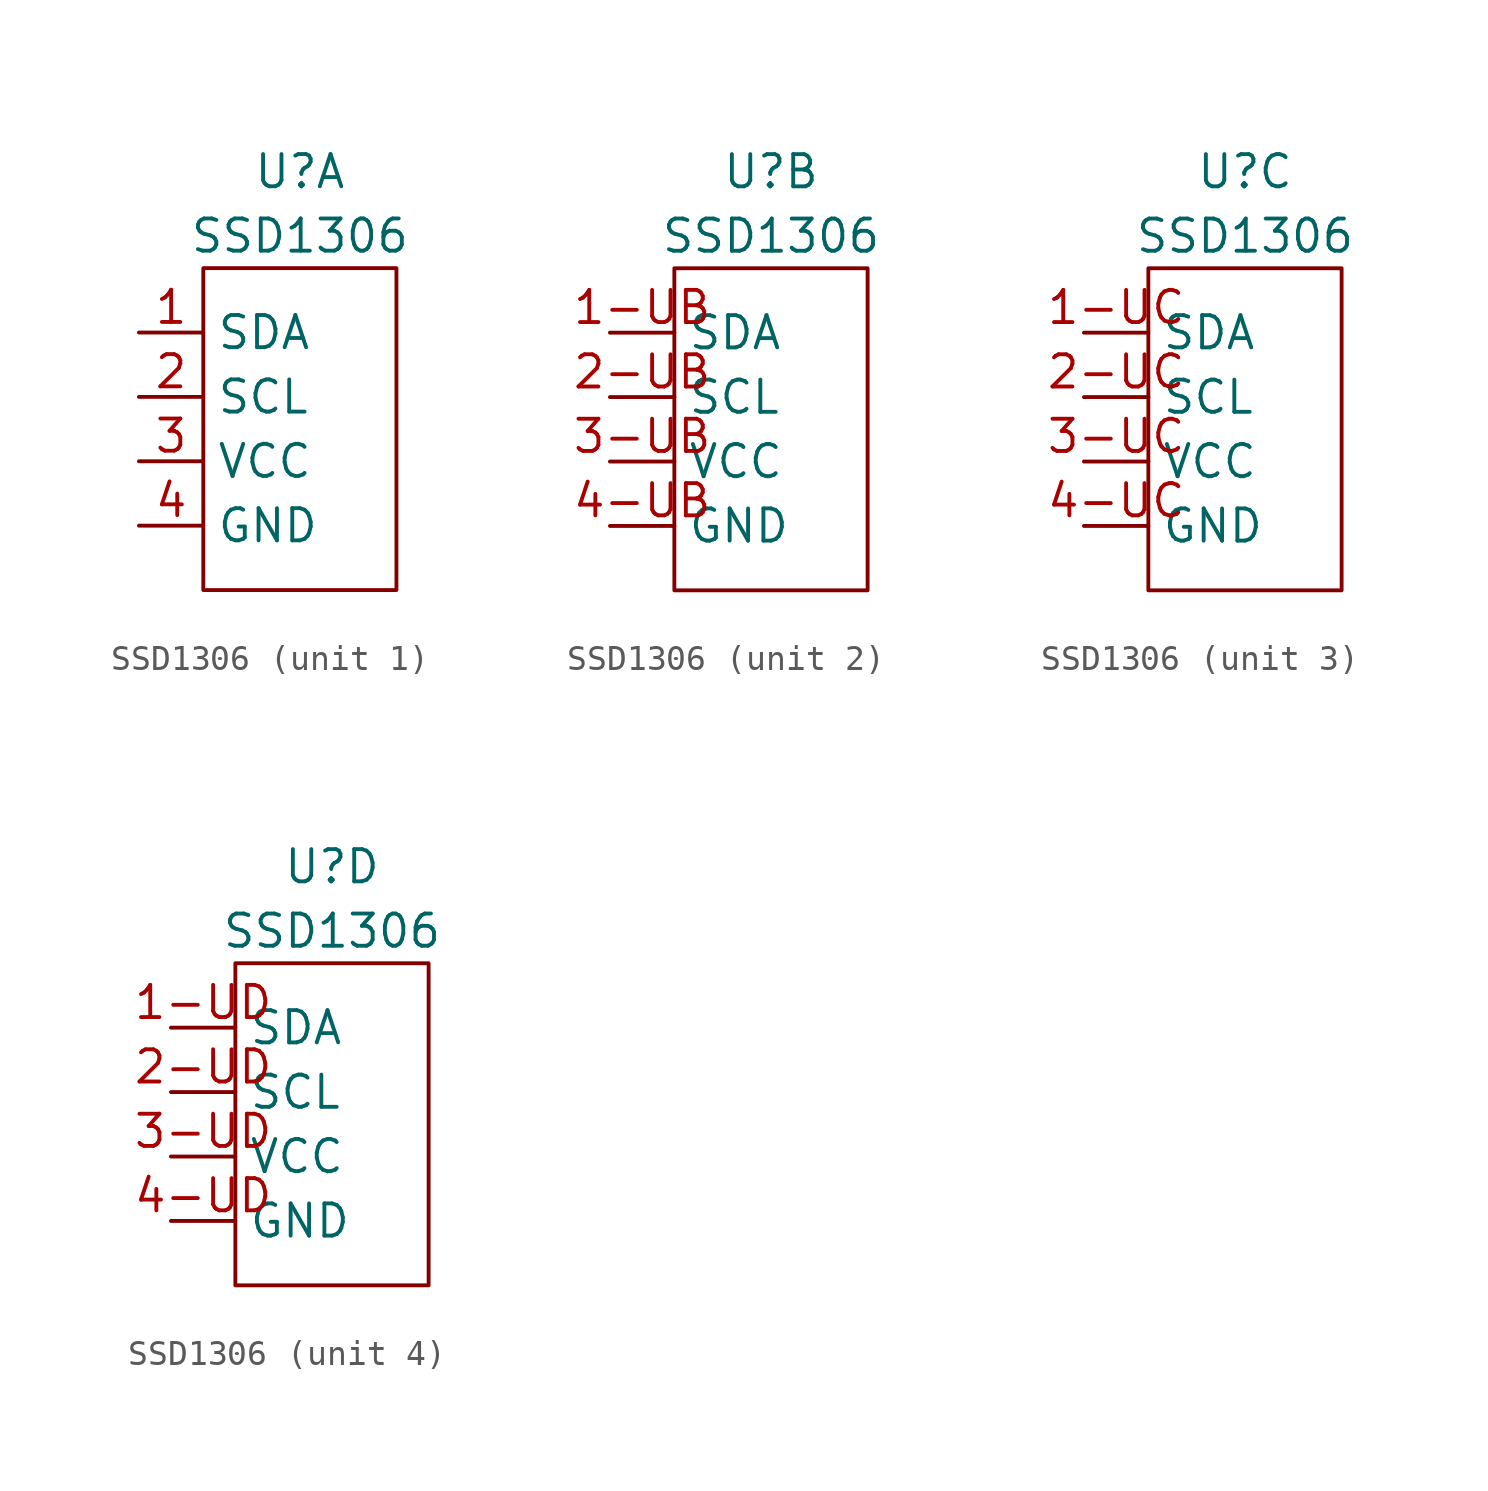
<source format=kicad_sym>
(kicad_symbol_lib
  (version 20211014)
  (generator kicad_symbol_editor)
  (symbol "SSD1306"
    (property "Reference" "U"
      (at 0 2.54 0)
      (effects (font (size 1.27 1.27))))
    (property "Value" "SSD1306"
      (at 0 0 0)
      (effects (font (size 1.27 1.27))))
    (symbol "SSD1306_0_1"
      (rectangle (start -3.81 -1.27) (end 3.81 -13.97) (stroke (width 0.152) (type default) (color 0 0 0 0)) (fill (type none))))
    (symbol "SSD1306_1_1"
      (pin input line (at -6.35 -3.81 0) (length 2.54) (name "SDA" (effects (font (size 1.27 1.27)))) (number "1" (effects (font (size 1.27 1.27)))))
      (pin input line (at -6.35 -6.35 0) (length 2.54) (name "SCL" (effects (font (size 1.27 1.27)))) (number "2" (effects (font (size 1.27 1.27)))))
      (pin power_in line (at -6.35 -8.89 0) (length 2.54) (name "VCC" (effects (font (size 1.27 1.27)))) (number "3" (effects (font (size 1.27 1.27)))))
      (pin power_in line (at -6.35 -11.43 0) (length 2.54) (name "GND" (effects (font (size 1.27 1.27)))) (number "4" (effects (font (size 1.27 1.27))))))
    (symbol "SSD1306_2_1"
      (pin input line (at -6.35 -3.81 0) (length 2.54) (name "SDA" (effects (font (size 1.27 1.27)))) (number "1-UB" (effects (font (size 1.27 1.27)))))
      (pin input line (at -6.35 -6.35 0) (length 2.54) (name "SCL" (effects (font (size 1.27 1.27)))) (number "2-UB" (effects (font (size 1.27 1.27)))))
      (pin power_in line (at -6.35 -8.89 0) (length 2.54) (name "VCC" (effects (font (size 1.27 1.27)))) (number "3-UB" (effects (font (size 1.27 1.27)))))
      (pin power_in line (at -6.35 -11.43 0) (length 2.54) (name "GND" (effects (font (size 1.27 1.27)))) (number "4-UB" (effects (font (size 1.27 1.27))))))
    (symbol "SSD1306_3_1"
      (pin input line (at -6.35 -3.81 0) (length 2.54) (name "SDA" (effects (font (size 1.27 1.27)))) (number "1-UC" (effects (font (size 1.27 1.27)))))
      (pin input line (at -6.35 -6.35 0) (length 2.54) (name "SCL" (effects (font (size 1.27 1.27)))) (number "2-UC" (effects (font (size 1.27 1.27)))))
      (pin power_in line (at -6.35 -8.89 0) (length 2.54) (name "VCC" (effects (font (size 1.27 1.27)))) (number "3-UC" (effects (font (size 1.27 1.27)))))
      (pin power_in line (at -6.35 -11.43 0) (length 2.54) (name "GND" (effects (font (size 1.27 1.27)))) (number "4-UC" (effects (font (size 1.27 1.27))))))
    (symbol "SSD1306_4_1"
      (pin input line (at -6.35 -3.81 0) (length 2.54) (name "SDA" (effects (font (size 1.27 1.27)))) (number "1-UD" (effects (font (size 1.27 1.27)))))
      (pin input line (at -6.35 -6.35 0) (length 2.54) (name "SCL" (effects (font (size 1.27 1.27)))) (number "2-UD" (effects (font (size 1.27 1.27)))))
      (pin power_in line (at -6.35 -8.89 0) (length 2.54) (name "VCC" (effects (font (size 1.27 1.27)))) (number "3-UD" (effects (font (size 1.27 1.27)))))
      (pin power_in line (at -6.35 -11.43 0) (length 2.54) (name "GND" (effects (font (size 1.27 1.27)))) (number "4-UD" (effects (font (size 1.27 1.27))))))))
</source>
